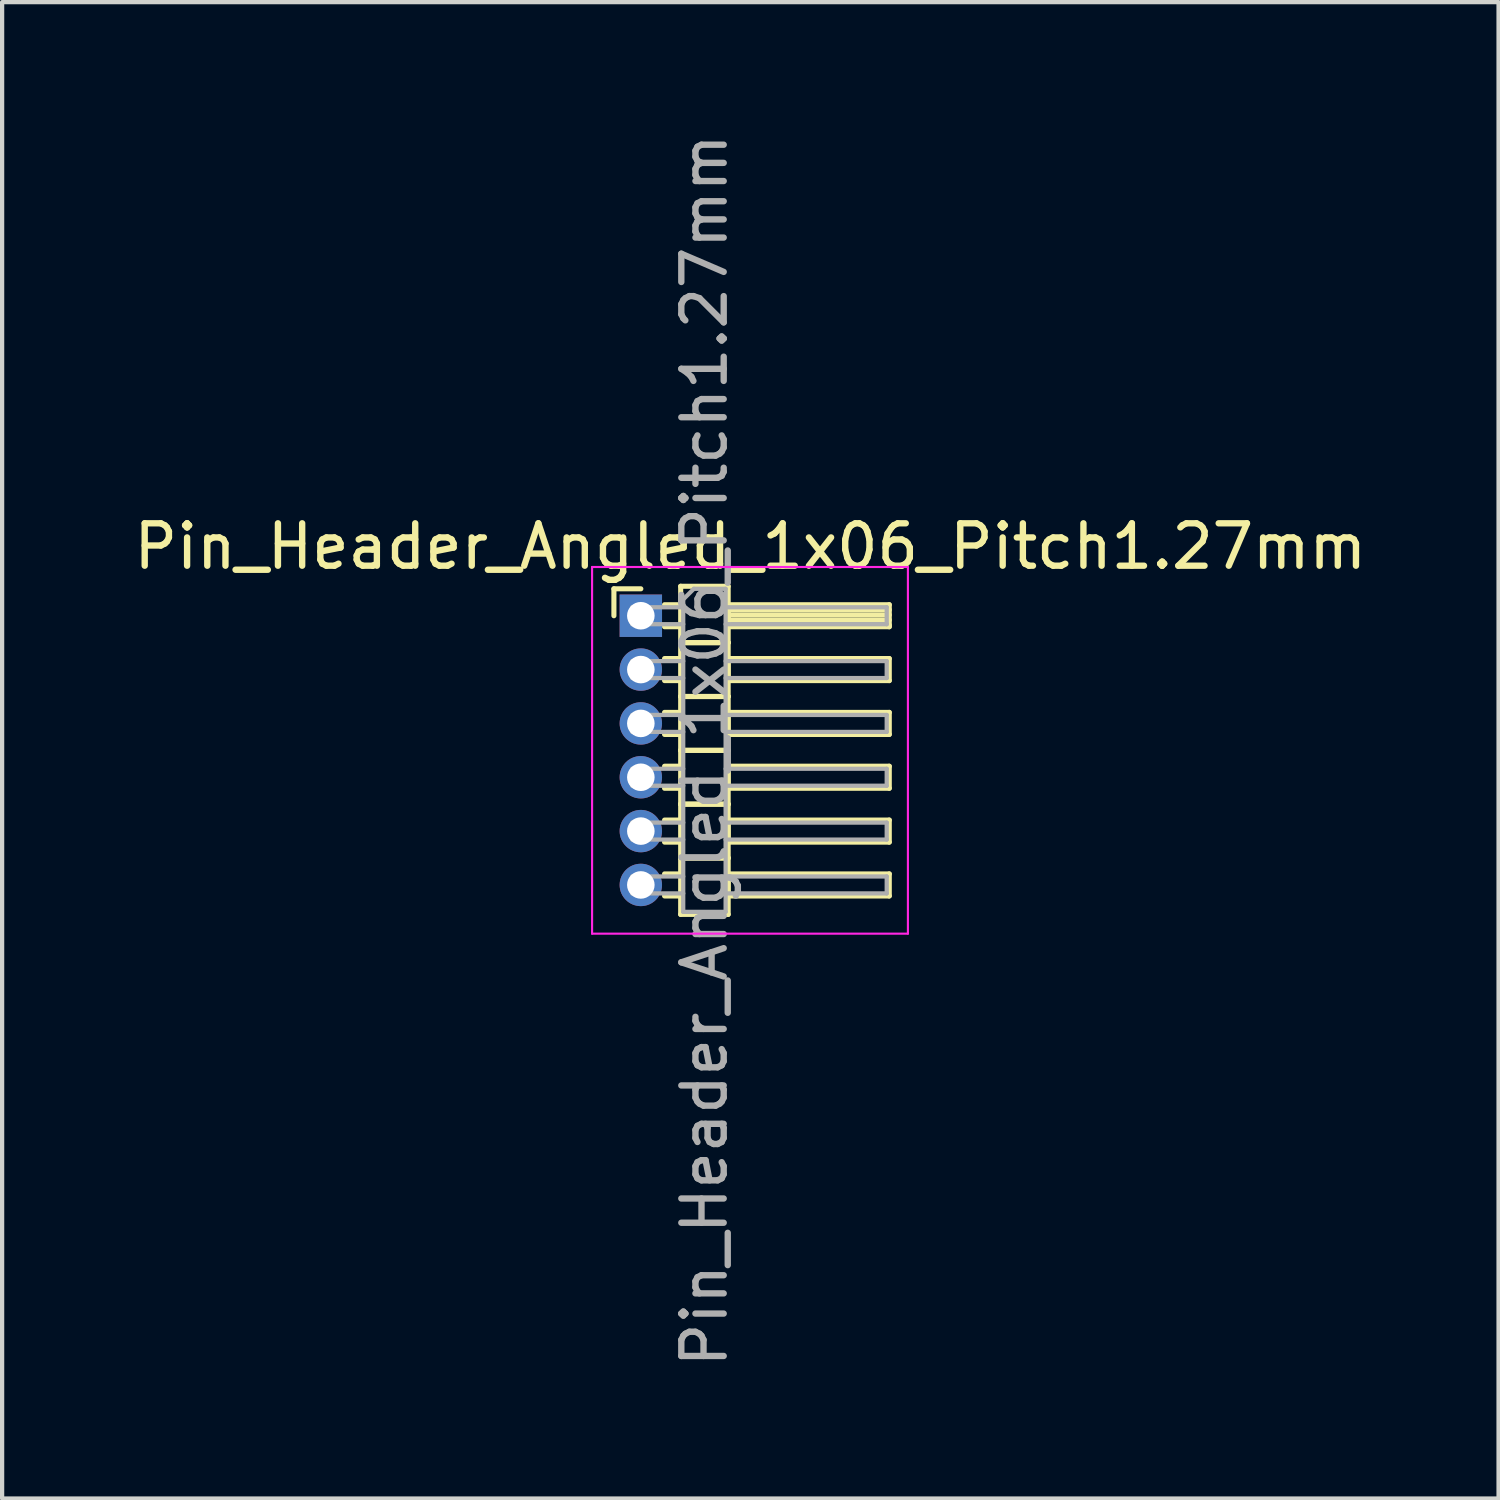
<source format=kicad_pcb>
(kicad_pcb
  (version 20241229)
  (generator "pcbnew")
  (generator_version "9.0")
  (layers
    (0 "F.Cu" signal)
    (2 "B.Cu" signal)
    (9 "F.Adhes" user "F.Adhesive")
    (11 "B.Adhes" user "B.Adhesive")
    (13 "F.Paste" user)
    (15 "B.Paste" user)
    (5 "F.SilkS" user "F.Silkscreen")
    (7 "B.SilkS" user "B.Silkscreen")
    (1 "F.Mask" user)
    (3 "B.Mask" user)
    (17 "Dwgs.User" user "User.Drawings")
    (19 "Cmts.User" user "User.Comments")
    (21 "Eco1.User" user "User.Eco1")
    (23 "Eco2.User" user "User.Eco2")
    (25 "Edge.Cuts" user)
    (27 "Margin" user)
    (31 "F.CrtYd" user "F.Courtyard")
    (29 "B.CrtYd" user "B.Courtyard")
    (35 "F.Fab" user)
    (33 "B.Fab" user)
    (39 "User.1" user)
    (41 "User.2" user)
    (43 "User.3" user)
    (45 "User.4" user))
  (footprint "Pin_Header_Angled_1x06_Pitch1.27mm"
    (layer "F.Cu")
    (at 12.066 11.474)
    (property "Reference" "Pin_Header_Angled_1x06_Pitch1.27mm" (at 2.583 -1.635 0) (layer "F.SilkS") (effects (font (size 1 1) (thickness 0.15))))
    (attr through_hole)
    (fp_line (start -0.635 -0.635) (end 0 -0.635) (stroke (width 0.12) (type solid)) (layer "F.SilkS"))
    (fp_line (start -0.635 0) (end -0.635 -0.635) (stroke (width 0.12) (type solid)) (layer "F.SilkS"))
    (fp_line (start 0.56 -0.26) (end 0.94 -0.26) (stroke (width 0.12) (type solid)) (layer "F.SilkS"))
    (fp_line (start 0.56 0.26) (end 0.94 0.26) (stroke (width 0.12) (type solid)) (layer "F.SilkS"))
    (fp_line (start 0.56 1.01) (end 0.94 1.01) (stroke (width 0.12) (type solid)) (layer "F.SilkS"))
    (fp_line (start 0.56 1.53) (end 0.94 1.53) (stroke (width 0.12) (type solid)) (layer "F.SilkS"))
    (fp_line (start 0.56 2.28) (end 0.94 2.28) (stroke (width 0.12) (type solid)) (layer "F.SilkS"))
    (fp_line (start 0.56 2.8) (end 0.94 2.8) (stroke (width 0.12) (type solid)) (layer "F.SilkS"))
    (fp_line (start 0.56 3.55) (end 0.94 3.55) (stroke (width 0.12) (type solid)) (layer "F.SilkS"))
    (fp_line (start 0.56 4.07) (end 0.94 4.07) (stroke (width 0.12) (type solid)) (layer "F.SilkS"))
    (fp_line (start 0.56 4.82) (end 0.94 4.82) (stroke (width 0.12) (type solid)) (layer "F.SilkS"))
    (fp_line (start 0.56 5.34) (end 0.94 5.34) (stroke (width 0.12) (type solid)) (layer "F.SilkS"))
    (fp_line (start 0.56 6.09) (end 0.94 6.09) (stroke (width 0.12) (type solid)) (layer "F.SilkS"))
    (fp_line (start 0.56 6.61) (end 0.94 6.61) (stroke (width 0.12) (type solid)) (layer "F.SilkS"))
    (fp_line (start 0.94 -0.695) (end 0.94 0.635) (stroke (width 0.12) (type solid)) (layer "F.SilkS"))
    (fp_line (start 0.94 0.635) (end 0.94 1.905) (stroke (width 0.12) (type solid)) (layer "F.SilkS"))
    (fp_line (start 0.94 0.635) (end 2.06 0.635) (stroke (width 0.12) (type solid)) (layer "F.SilkS"))
    (fp_line (start 0.94 1.905) (end 0.94 3.175) (stroke (width 0.12) (type solid)) (layer "F.SilkS"))
    (fp_line (start 0.94 1.905) (end 2.06 1.905) (stroke (width 0.12) (type solid)) (layer "F.SilkS"))
    (fp_line (start 0.94 3.175) (end 0.94 4.445) (stroke (width 0.12) (type solid)) (layer "F.SilkS"))
    (fp_line (start 0.94 3.175) (end 2.06 3.175) (stroke (width 0.12) (type solid)) (layer "F.SilkS"))
    (fp_line (start 0.94 4.445) (end 0.94 5.715) (stroke (width 0.12) (type solid)) (layer "F.SilkS"))
    (fp_line (start 0.94 4.445) (end 2.06 4.445) (stroke (width 0.12) (type solid)) (layer "F.SilkS"))
    (fp_line (start 0.94 5.715) (end 0.94 7.045) (stroke (width 0.12) (type solid)) (layer "F.SilkS"))
    (fp_line (start 0.94 5.715) (end 2.06 5.715) (stroke (width 0.12) (type solid)) (layer "F.SilkS"))
    (fp_line (start 0.94 7.045) (end 2.06 7.045) (stroke (width 0.12) (type solid)) (layer "F.SilkS"))
    (fp_line (start 2.06 -0.695) (end 0.94 -0.695) (stroke (width 0.12) (type solid)) (layer "F.SilkS"))
    (fp_line (start 2.06 -0.26) (end 2.06 0.26) (stroke (width 0.12) (type solid)) (layer "F.SilkS"))
    (fp_line (start 2.06 -0.14) (end 5.86 -0.14) (stroke (width 0.12) (type solid)) (layer "F.SilkS"))
    (fp_line (start 2.06 -0.02) (end 5.86 -0.02) (stroke (width 0.12) (type solid)) (layer "F.SilkS"))
    (fp_line (start 2.06 0.1) (end 5.86 0.1) (stroke (width 0.12) (type solid)) (layer "F.SilkS"))
    (fp_line (start 2.06 0.22) (end 5.86 0.22) (stroke (width 0.12) (type solid)) (layer "F.SilkS"))
    (fp_line (start 2.06 0.26) (end 5.86 0.26) (stroke (width 0.12) (type solid)) (layer "F.SilkS"))
    (fp_line (start 2.06 0.635) (end 0.94 0.635) (stroke (width 0.12) (type solid)) (layer "F.SilkS"))
    (fp_line (start 2.06 0.635) (end 2.06 -0.695) (stroke (width 0.12) (type solid)) (layer "F.SilkS"))
    (fp_line (start 2.06 1.01) (end 2.06 1.53) (stroke (width 0.12) (type solid)) (layer "F.SilkS"))
    (fp_line (start 2.06 1.53) (end 5.86 1.53) (stroke (width 0.12) (type solid)) (layer "F.SilkS"))
    (fp_line (start 2.06 1.905) (end 0.94 1.905) (stroke (width 0.12) (type solid)) (layer "F.SilkS"))
    (fp_line (start 2.06 1.905) (end 2.06 0.635) (stroke (width 0.12) (type solid)) (layer "F.SilkS"))
    (fp_line (start 2.06 2.28) (end 2.06 2.8) (stroke (width 0.12) (type solid)) (layer "F.SilkS"))
    (fp_line (start 2.06 2.8) (end 5.86 2.8) (stroke (width 0.12) (type solid)) (layer "F.SilkS"))
    (fp_line (start 2.06 3.175) (end 0.94 3.175) (stroke (width 0.12) (type solid)) (layer "F.SilkS"))
    (fp_line (start 2.06 3.175) (end 2.06 1.905) (stroke (width 0.12) (type solid)) (layer "F.SilkS"))
    (fp_line (start 2.06 3.55) (end 2.06 4.07) (stroke (width 0.12) (type solid)) (layer "F.SilkS"))
    (fp_line (start 2.06 4.07) (end 5.86 4.07) (stroke (width 0.12) (type solid)) (layer "F.SilkS"))
    (fp_line (start 2.06 4.445) (end 0.94 4.445) (stroke (width 0.12) (type solid)) (layer "F.SilkS"))
    (fp_line (start 2.06 4.445) (end 2.06 3.175) (stroke (width 0.12) (type solid)) (layer "F.SilkS"))
    (fp_line (start 2.06 4.82) (end 2.06 5.34) (stroke (width 0.12) (type solid)) (layer "F.SilkS"))
    (fp_line (start 2.06 5.34) (end 5.86 5.34) (stroke (width 0.12) (type solid)) (layer "F.SilkS"))
    (fp_line (start 2.06 5.715) (end 0.94 5.715) (stroke (width 0.12) (type solid)) (layer "F.SilkS"))
    (fp_line (start 2.06 5.715) (end 2.06 4.445) (stroke (width 0.12) (type solid)) (layer "F.SilkS"))
    (fp_line (start 2.06 6.09) (end 2.06 6.61) (stroke (width 0.12) (type solid)) (layer "F.SilkS"))
    (fp_line (start 2.06 6.61) (end 5.86 6.61) (stroke (width 0.12) (type solid)) (layer "F.SilkS"))
    (fp_line (start 2.06 7.045) (end 2.06 5.715) (stroke (width 0.12) (type solid)) (layer "F.SilkS"))
    (fp_line (start 5.86 -0.26) (end 2.06 -0.26) (stroke (width 0.12) (type solid)) (layer "F.SilkS"))
    (fp_line (start 5.86 0.26) (end 5.86 -0.26) (stroke (width 0.12) (type solid)) (layer "F.SilkS"))
    (fp_line (start 5.86 1.01) (end 2.06 1.01) (stroke (width 0.12) (type solid)) (layer "F.SilkS"))
    (fp_line (start 5.86 1.53) (end 5.86 1.01) (stroke (width 0.12) (type solid)) (layer "F.SilkS"))
    (fp_line (start 5.86 2.28) (end 2.06 2.28) (stroke (width 0.12) (type solid)) (layer "F.SilkS"))
    (fp_line (start 5.86 2.8) (end 5.86 2.28) (stroke (width 0.12) (type solid)) (layer "F.SilkS"))
    (fp_line (start 5.86 3.55) (end 2.06 3.55) (stroke (width 0.12) (type solid)) (layer "F.SilkS"))
    (fp_line (start 5.86 4.07) (end 5.86 3.55) (stroke (width 0.12) (type solid)) (layer "F.SilkS"))
    (fp_line (start 5.86 4.82) (end 2.06 4.82) (stroke (width 0.12) (type solid)) (layer "F.SilkS"))
    (fp_line (start 5.86 5.34) (end 5.86 4.82) (stroke (width 0.12) (type solid)) (layer "F.SilkS"))
    (fp_line (start 5.86 6.09) (end 2.06 6.09) (stroke (width 0.12) (type solid)) (layer "F.SilkS"))
    (fp_line (start 5.86 6.61) (end 5.86 6.09) (stroke (width 0.12) (type solid)) (layer "F.SilkS"))
    (fp_line (start -1.15 -1.15) (end -1.15 7.5) (stroke (width 0.05) (type solid)) (layer "F.CrtYd"))
    (fp_line (start -1.15 7.5) (end 6.3 7.5) (stroke (width 0.05) (type solid)) (layer "F.CrtYd"))
    (fp_line (start 6.3 -1.15) (end -1.15 -1.15) (stroke (width 0.05) (type solid)) (layer "F.CrtYd"))
    (fp_line (start 6.3 7.5) (end 6.3 -1.15) (stroke (width 0.05) (type solid)) (layer "F.CrtYd"))
    (fp_line (start -0.2 -0.2) (end -0.2 0.2) (stroke (width 0.1) (type solid)) (layer "F.Fab"))
    (fp_line (start -0.2 -0.2) (end 1 -0.2) (stroke (width 0.1) (type solid)) (layer "F.Fab"))
    (fp_line (start -0.2 0.2) (end 1 0.2) (stroke (width 0.1) (type solid)) (layer "F.Fab"))
    (fp_line (start -0.2 1.07) (end -0.2 1.47) (stroke (width 0.1) (type solid)) (layer "F.Fab"))
    (fp_line (start -0.2 1.07) (end 1 1.07) (stroke (width 0.1) (type solid)) (layer "F.Fab"))
    (fp_line (start -0.2 1.47) (end 1 1.47) (stroke (width 0.1) (type solid)) (layer "F.Fab"))
    (fp_line (start -0.2 2.34) (end -0.2 2.74) (stroke (width 0.1) (type solid)) (layer "F.Fab"))
    (fp_line (start -0.2 2.34) (end 1 2.34) (stroke (width 0.1) (type solid)) (layer "F.Fab"))
    (fp_line (start -0.2 2.74) (end 1 2.74) (stroke (width 0.1) (type solid)) (layer "F.Fab"))
    (fp_line (start -0.2 3.61) (end -0.2 4.01) (stroke (width 0.1) (type solid)) (layer "F.Fab"))
    (fp_line (start -0.2 3.61) (end 1 3.61) (stroke (width 0.1) (type solid)) (layer "F.Fab"))
    (fp_line (start -0.2 4.01) (end 1 4.01) (stroke (width 0.1) (type solid)) (layer "F.Fab"))
    (fp_line (start -0.2 4.88) (end -0.2 5.28) (stroke (width 0.1) (type solid)) (layer "F.Fab"))
    (fp_line (start -0.2 4.88) (end 1 4.88) (stroke (width 0.1) (type solid)) (layer "F.Fab"))
    (fp_line (start -0.2 5.28) (end 1 5.28) (stroke (width 0.1) (type solid)) (layer "F.Fab"))
    (fp_line (start -0.2 6.15) (end -0.2 6.55) (stroke (width 0.1) (type solid)) (layer "F.Fab"))
    (fp_line (start -0.2 6.15) (end 1 6.15) (stroke (width 0.1) (type solid)) (layer "F.Fab"))
    (fp_line (start -0.2 6.55) (end 1 6.55) (stroke (width 0.1) (type solid)) (layer "F.Fab"))
    (fp_line (start 1 -0.385) (end 1.25 -0.635) (stroke (width 0.1) (type solid)) (layer "F.Fab"))
    (fp_line (start 1 6.985) (end 1 -0.385) (stroke (width 0.1) (type solid)) (layer "F.Fab"))
    (fp_line (start 1.25 -0.635) (end 2 -0.635) (stroke (width 0.1) (type solid)) (layer "F.Fab"))
    (fp_line (start 2 -0.635) (end 2 6.985) (stroke (width 0.1) (type solid)) (layer "F.Fab"))
    (fp_line (start 2 -0.2) (end 5.8 -0.2) (stroke (width 0.1) (type solid)) (layer "F.Fab"))
    (fp_line (start 2 0.2) (end 5.8 0.2) (stroke (width 0.1) (type solid)) (layer "F.Fab"))
    (fp_line (start 2 1.07) (end 5.8 1.07) (stroke (width 0.1) (type solid)) (layer "F.Fab"))
    (fp_line (start 2 1.47) (end 5.8 1.47) (stroke (width 0.1) (type solid)) (layer "F.Fab"))
    (fp_line (start 2 2.34) (end 5.8 2.34) (stroke (width 0.1) (type solid)) (layer "F.Fab"))
    (fp_line (start 2 2.74) (end 5.8 2.74) (stroke (width 0.1) (type solid)) (layer "F.Fab"))
    (fp_line (start 2 3.61) (end 5.8 3.61) (stroke (width 0.1) (type solid)) (layer "F.Fab"))
    (fp_line (start 2 4.01) (end 5.8 4.01) (stroke (width 0.1) (type solid)) (layer "F.Fab"))
    (fp_line (start 2 4.88) (end 5.8 4.88) (stroke (width 0.1) (type solid)) (layer "F.Fab"))
    (fp_line (start 2 5.28) (end 5.8 5.28) (stroke (width 0.1) (type solid)) (layer "F.Fab"))
    (fp_line (start 2 6.15) (end 5.8 6.15) (stroke (width 0.1) (type solid)) (layer "F.Fab"))
    (fp_line (start 2 6.55) (end 5.8 6.55) (stroke (width 0.1) (type solid)) (layer "F.Fab"))
    (fp_line (start 2 6.985) (end 1 6.985) (stroke (width 0.1) (type solid)) (layer "F.Fab"))
    (fp_line (start 5.8 -0.2) (end 5.8 0.2) (stroke (width 0.1) (type solid)) (layer "F.Fab"))
    (fp_line (start 5.8 1.07) (end 5.8 1.47) (stroke (width 0.1) (type solid)) (layer "F.Fab"))
    (fp_line (start 5.8 2.34) (end 5.8 2.74) (stroke (width 0.1) (type solid)) (layer "F.Fab"))
    (fp_line (start 5.8 3.61) (end 5.8 4.01) (stroke (width 0.1) (type solid)) (layer "F.Fab"))
    (fp_line (start 5.8 4.88) (end 5.8 5.28) (stroke (width 0.1) (type solid)) (layer "F.Fab"))
    (fp_line (start 5.8 6.15) (end 5.8 6.55) (stroke (width 0.1) (type solid)) (layer "F.Fab"))
    (fp_text user "${REFERENCE}" (at 1.5 3.175 90) (layer "F.Fab") (effects (font (size 1 1) (thickness 0.15))))
    (pad "1" thru_hole rect (at 0 0) (size 1 1) (drill 0.65) (layers "*.Cu" "*.Mask"))
    (pad "2" thru_hole oval (at 0 1.27) (size 1 1) (drill 0.65) (layers "*.Cu" "*.Mask"))
    (pad "3" thru_hole oval (at 0 2.54) (size 1 1) (drill 0.65) (layers "*.Cu" "*.Mask"))
    (pad "4" thru_hole oval (at 0 3.81) (size 1 1) (drill 0.65) (layers "*.Cu" "*.Mask"))
    (pad "5" thru_hole oval (at 0 5.08) (size 1 1) (drill 0.65) (layers "*.Cu" "*.Mask"))
    (pad "6" thru_hole oval (at 0 6.35) (size 1 1) (drill 0.65) (layers "*.Cu" "*.Mask")))
  (gr_rect
    (start -3 -3)
    (end 32.298 32.298)
    (stroke (width 0.1) (type default))
    (fill no)
    (layer "Edge.Cuts")))
</source>
